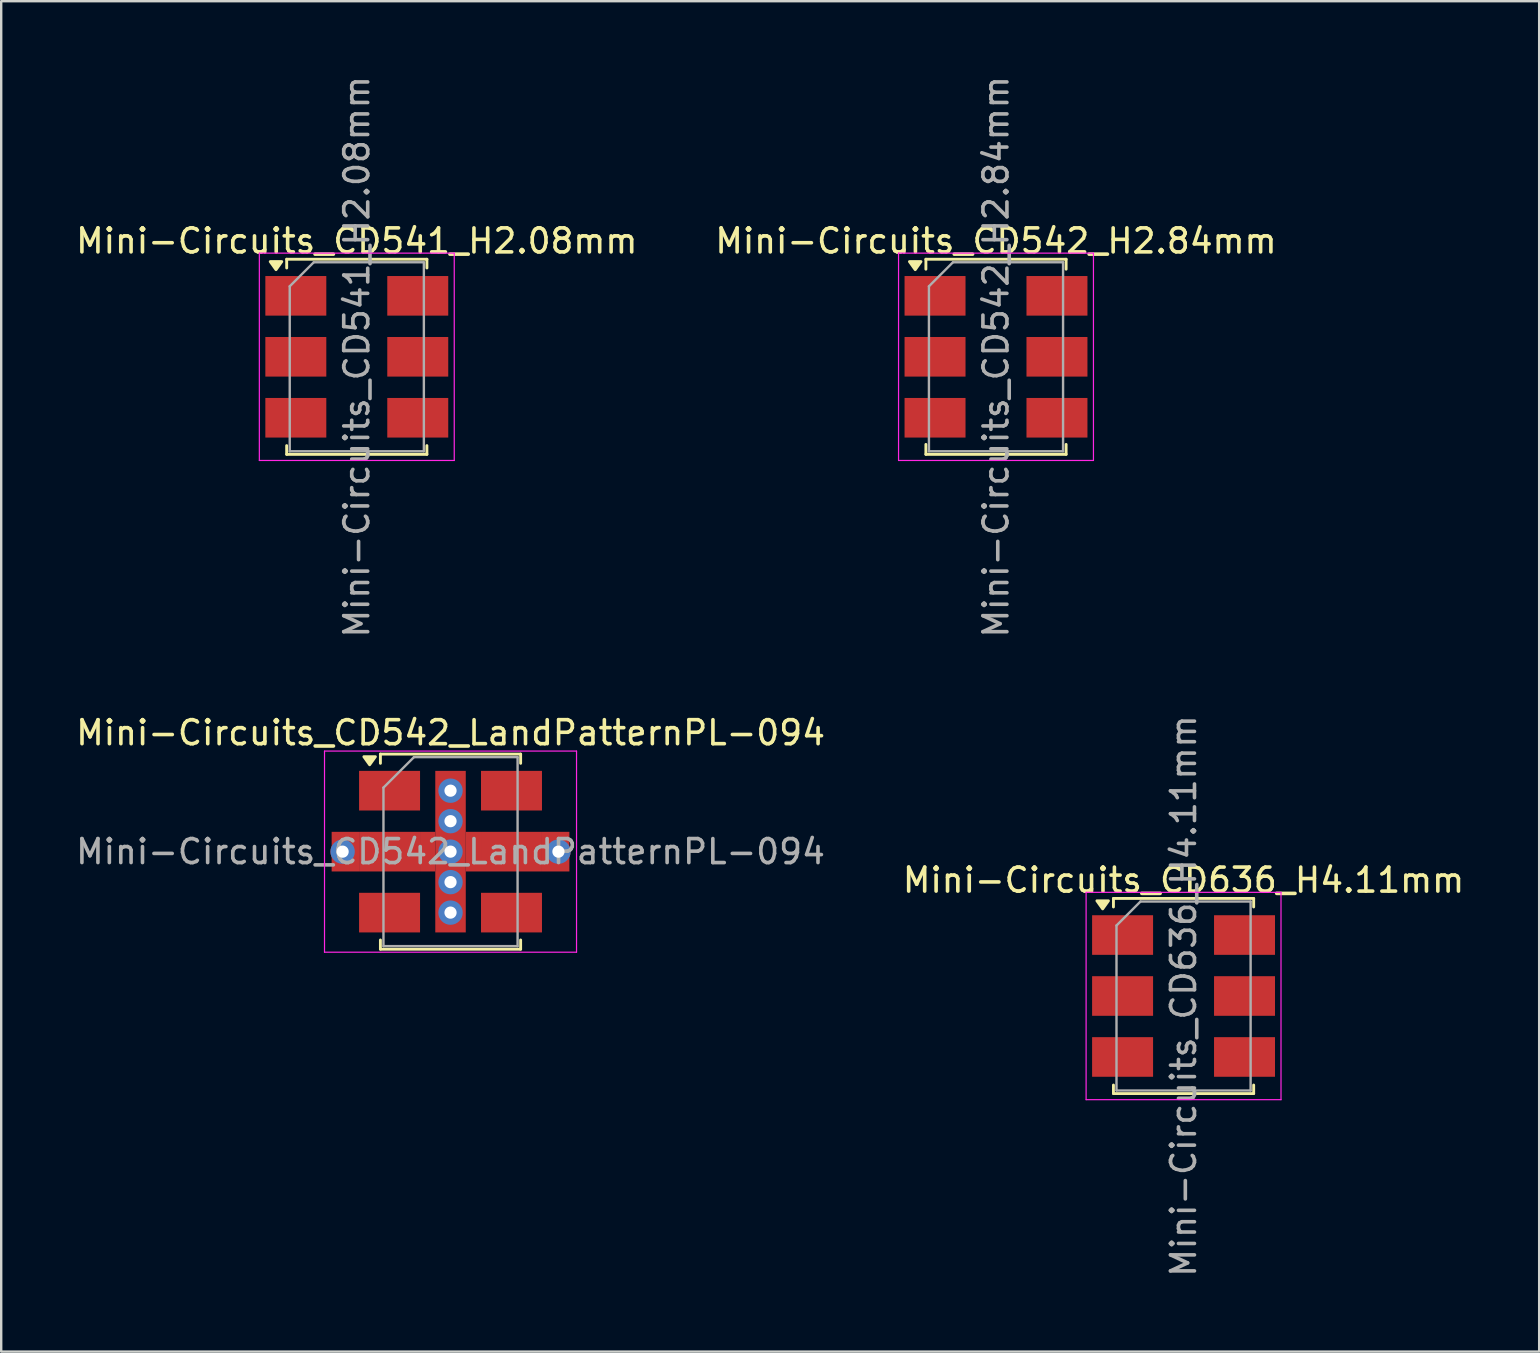
<source format=kicad_pcb>
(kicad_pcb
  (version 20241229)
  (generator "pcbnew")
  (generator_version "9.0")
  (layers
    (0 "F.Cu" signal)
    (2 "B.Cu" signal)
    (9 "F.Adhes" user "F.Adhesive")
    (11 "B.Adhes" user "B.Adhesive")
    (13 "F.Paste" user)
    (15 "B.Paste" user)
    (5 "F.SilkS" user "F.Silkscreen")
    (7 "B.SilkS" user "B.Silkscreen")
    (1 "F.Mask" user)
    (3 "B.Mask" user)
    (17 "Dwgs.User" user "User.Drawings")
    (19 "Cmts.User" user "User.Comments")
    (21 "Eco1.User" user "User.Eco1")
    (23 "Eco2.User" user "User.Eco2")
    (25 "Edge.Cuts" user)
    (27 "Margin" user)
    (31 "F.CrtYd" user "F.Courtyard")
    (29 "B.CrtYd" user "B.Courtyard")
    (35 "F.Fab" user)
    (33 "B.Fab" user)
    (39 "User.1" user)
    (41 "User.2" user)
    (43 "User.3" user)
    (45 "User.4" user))
  (footprint "Mini-Circuits_CD542_H2.84mm"
    (layer "F.Cu")
    (at 38.446 11.815)
    (property "Reference" "Mini-Circuits_CD542_H2.84mm" (at 0 -4.826 0) (layer "F.SilkS") (effects (font (size 1 1) (thickness 0.15))))
    (attr smd)
    (fp_line (start -2.921 -4.064) (end -2.921 -3.65) (stroke (width 0.12) (type solid)) (layer "F.SilkS"))
    (fp_line (start -2.921 3.65) (end -2.921 4.064) (stroke (width 0.12) (type solid)) (layer "F.SilkS"))
    (fp_line (start -2.921 4.064) (end 2.921 4.064) (stroke (width 0.12) (type solid)) (layer "F.SilkS"))
    (fp_line (start 2.921 -4.064) (end -2.921 -4.064) (stroke (width 0.12) (type solid)) (layer "F.SilkS"))
    (fp_line (start 2.921 -4.064) (end 2.921 -3.65) (stroke (width 0.12) (type solid)) (layer "F.SilkS"))
    (fp_line (start 2.921 3.65) (end 2.921 4.064) (stroke (width 0.12) (type solid)) (layer "F.SilkS"))
    (fp_poly (pts (xy -3.365 -3.63) (xy -3.606 -3.966) (xy -3.126 -3.966) (xy -3.365 -3.63)) (stroke (width 0.12) (type solid)) (fill yes) (layer "F.SilkS"))
    (fp_line (start -4.06 4.32) (end -4.06 -4.32) (stroke (width 0.05) (type solid)) (layer "F.CrtYd"))
    (fp_line (start 4.06 -4.32) (end -4.06 -4.32) (stroke (width 0.05) (type solid)) (layer "F.CrtYd"))
    (fp_line (start 4.06 4.32) (end -4.06 4.32) (stroke (width 0.05) (type solid)) (layer "F.CrtYd"))
    (fp_line (start 4.06 4.32) (end 4.06 -4.32) (stroke (width 0.05) (type solid)) (layer "F.CrtYd"))
    (fp_line (start -2.794 3.937) (end -2.794 -2.937) (stroke (width 0.1) (type solid)) (layer "F.Fab"))
    (fp_line (start -1.794 -3.937) (end -2.794 -2.937) (stroke (width 0.1) (type solid)) (layer "F.Fab"))
    (fp_line (start -1.794 -3.937) (end 2.794 -3.937) (stroke (width 0.1) (type solid)) (layer "F.Fab"))
    (fp_line (start 2.794 -3.937) (end 2.794 3.937) (stroke (width 0.1) (type solid)) (layer "F.Fab"))
    (fp_line (start 2.794 3.937) (end -2.794 3.937) (stroke (width 0.1) (type solid)) (layer "F.Fab"))
    (fp_text user "${REFERENCE}" (at 0 0 90) (layer "F.Fab") (effects (font (size 1 1) (thickness 0.15))))
    (pad "1" smd rect (at -2.54 -2.54) (size 2.54 1.65) (layers "F.Cu" "F.Mask" "F.Paste"))
    (pad "2" smd rect (at -2.54 0) (size 2.54 1.65) (layers "F.Cu" "F.Mask" "F.Paste"))
    (pad "3" smd rect (at -2.54 2.54) (size 2.54 1.65) (layers "F.Cu" "F.Mask" "F.Paste"))
    (pad "4" smd rect (at 2.54 2.54) (size 2.54 1.65) (layers "F.Cu" "F.Mask" "F.Paste"))
    (pad "5" smd rect (at 2.54 0) (size 2.54 1.65) (layers "F.Cu" "F.Mask" "F.Paste"))
    (pad "6" smd rect (at 2.54 -2.54) (size 2.54 1.65) (layers "F.Cu" "F.Mask" "F.Paste")))
  (footprint "Mini-Circuits_CD636_H4.11mm"
    (layer "F.Cu")
    (at 46.26 38.446)
    (property "Reference" "Mini-Circuits_CD636_H4.11mm" (at 0 -4.826 0) (layer "F.SilkS") (effects (font (size 1 1) (thickness 0.15))))
    (attr smd)
    (fp_line (start -2.921 -4.064) (end -2.921 -3.71) (stroke (width 0.12) (type solid)) (layer "F.SilkS"))
    (fp_line (start -2.921 4.064) (end -2.921 3.71) (stroke (width 0.12) (type solid)) (layer "F.SilkS"))
    (fp_line (start -2.921 4.064) (end 2.921 4.064) (stroke (width 0.12) (type solid)) (layer "F.SilkS"))
    (fp_line (start 2.921 -4.064) (end -2.921 -4.064) (stroke (width 0.12) (type solid)) (layer "F.SilkS"))
    (fp_line (start 2.921 -3.71) (end 2.921 -4.064) (stroke (width 0.12) (type solid)) (layer "F.SilkS"))
    (fp_line (start 2.921 4.064) (end 2.921 3.71) (stroke (width 0.12) (type solid)) (layer "F.SilkS"))
    (fp_poly (pts (xy -3.37 -3.63) (xy -3.61 -3.966) (xy -3.13 -3.966) (xy -3.37 -3.63)) (stroke (width 0.12) (type solid)) (fill yes) (layer "F.SilkS"))
    (fp_line (start -4.06 4.32) (end -4.06 -4.32) (stroke (width 0.05) (type solid)) (layer "F.CrtYd"))
    (fp_line (start 4.06 -4.32) (end -4.06 -4.32) (stroke (width 0.05) (type solid)) (layer "F.CrtYd"))
    (fp_line (start 4.06 4.32) (end -4.06 4.32) (stroke (width 0.05) (type solid)) (layer "F.CrtYd"))
    (fp_line (start 4.06 4.32) (end 4.06 -4.32) (stroke (width 0.05) (type solid)) (layer "F.CrtYd"))
    (fp_line (start -2.794 3.937) (end -2.794 -2.937) (stroke (width 0.1) (type solid)) (layer "F.Fab"))
    (fp_line (start -1.794 -3.937) (end -2.794 -2.937) (stroke (width 0.1) (type solid)) (layer "F.Fab"))
    (fp_line (start -1.794 -3.937) (end 2.794 -3.937) (stroke (width 0.1) (type solid)) (layer "F.Fab"))
    (fp_line (start 2.794 -3.937) (end 2.794 3.937) (stroke (width 0.1) (type solid)) (layer "F.Fab"))
    (fp_line (start 2.794 3.937) (end -2.794 3.937) (stroke (width 0.1) (type solid)) (layer "F.Fab"))
    (fp_text user "${REFERENCE}" (at 0 0 90) (layer "F.Fab") (effects (font (size 1 1) (thickness 0.15))))
    (pad "1" smd rect (at -2.54 -2.54) (size 2.54 1.65) (layers "F.Cu" "F.Mask" "F.Paste"))
    (pad "2" smd rect (at -2.54 0) (size 2.54 1.65) (layers "F.Cu" "F.Mask" "F.Paste"))
    (pad "3" smd rect (at -2.54 2.54) (size 2.54 1.65) (layers "F.Cu" "F.Mask" "F.Paste"))
    (pad "4" smd rect (at 2.54 2.54) (size 2.54 1.65) (layers "F.Cu" "F.Mask" "F.Paste"))
    (pad "5" smd rect (at 2.54 0) (size 2.54 1.65) (layers "F.Cu" "F.Mask" "F.Paste"))
    (pad "6" smd rect (at 2.54 -2.54) (size 2.54 1.65) (layers "F.Cu" "F.Mask" "F.Paste")))
  (footprint "Mini-Circuits_CD541_H2.08mm"
    (layer "F.Cu")
    (at 11.815 11.815)
    (property "Reference" "Mini-Circuits_CD541_H2.08mm" (at 0 -4.826 0) (layer "F.SilkS") (effects (font (size 1 1) (thickness 0.15))))
    (attr smd)
    (fp_line (start -2.922 3.7) (end -2.921 4.064) (stroke (width 0.12) (type solid)) (layer "F.SilkS"))
    (fp_line (start -2.921 -4.064) (end -2.92 -3.7) (stroke (width 0.12) (type solid)) (layer "F.SilkS"))
    (fp_line (start -2.921 4.064) (end 2.921 4.064) (stroke (width 0.12) (type solid)) (layer "F.SilkS"))
    (fp_line (start 2.92 3.7) (end 2.921 4.064) (stroke (width 0.12) (type solid)) (layer "F.SilkS"))
    (fp_line (start 2.921 -4.064) (end -2.921 -4.064) (stroke (width 0.12) (type solid)) (layer "F.SilkS"))
    (fp_line (start 2.921 -4.064) (end 2.922 -3.7) (stroke (width 0.12) (type solid)) (layer "F.SilkS"))
    (fp_poly (pts (xy -3.365 -3.63) (xy -3.606 -3.966) (xy -3.126 -3.966) (xy -3.365 -3.63)) (stroke (width 0.12) (type solid)) (fill yes) (layer "F.SilkS"))
    (fp_line (start -4.06 4.32) (end -4.06 -4.32) (stroke (width 0.05) (type solid)) (layer "F.CrtYd"))
    (fp_line (start 4.06 -4.32) (end -4.06 -4.32) (stroke (width 0.05) (type solid)) (layer "F.CrtYd"))
    (fp_line (start 4.06 4.32) (end -4.06 4.32) (stroke (width 0.05) (type solid)) (layer "F.CrtYd"))
    (fp_line (start 4.06 4.32) (end 4.06 -4.32) (stroke (width 0.05) (type solid)) (layer "F.CrtYd"))
    (fp_line (start -2.794 3.937) (end -2.794 -2.937) (stroke (width 0.1) (type solid)) (layer "F.Fab"))
    (fp_line (start -1.794 -3.937) (end -2.794 -2.937) (stroke (width 0.1) (type solid)) (layer "F.Fab"))
    (fp_line (start -1.794 -3.937) (end 2.794 -3.937) (stroke (width 0.1) (type solid)) (layer "F.Fab"))
    (fp_line (start 2.794 -3.937) (end 2.794 3.937) (stroke (width 0.1) (type solid)) (layer "F.Fab"))
    (fp_line (start 2.794 3.937) (end -2.794 3.937) (stroke (width 0.1) (type solid)) (layer "F.Fab"))
    (fp_text user "${REFERENCE}" (at 0 0 90) (layer "F.Fab") (effects (font (size 1 1) (thickness 0.15))))
    (pad "1" smd rect (at -2.54 -2.54) (size 2.54 1.65) (layers "F.Cu" "F.Mask" "F.Paste"))
    (pad "2" smd rect (at -2.54 0) (size 2.54 1.65) (layers "F.Cu" "F.Mask" "F.Paste"))
    (pad "3" smd rect (at -2.54 2.54) (size 2.54 1.65) (layers "F.Cu" "F.Mask" "F.Paste"))
    (pad "4" smd rect (at 2.54 2.54) (size 2.54 1.65) (layers "F.Cu" "F.Mask" "F.Paste"))
    (pad "5" smd rect (at 2.54 0) (size 2.54 1.65) (layers "F.Cu" "F.Mask" "F.Paste"))
    (pad "6" smd rect (at 2.54 -2.54) (size 2.54 1.65) (layers "F.Cu" "F.Mask" "F.Paste")))
  (footprint "Mini-Circuits_CD542_LandPatternPL-094"
    (layer "F.Cu")
    (at 15.72 32.432)
    (property "Reference" "Mini-Circuits_CD542_LandPatternPL-094" (at 0.004 -4.953 0) (layer "F.SilkS") (effects (font (size 1 1) (thickness 0.15))))
    (attr smd)
    (fp_line (start -2.921 -4.064) (end -2.921 -3.68) (stroke (width 0.12) (type solid)) (layer "F.SilkS"))
    (fp_line (start -2.921 3.68) (end -2.921 4.064) (stroke (width 0.12) (type solid)) (layer "F.SilkS"))
    (fp_line (start -2.921 4.064) (end 2.921 4.064) (stroke (width 0.12) (type solid)) (layer "F.SilkS"))
    (fp_line (start 2.921 -4.064) (end -2.921 -4.064) (stroke (width 0.12) (type solid)) (layer "F.SilkS"))
    (fp_line (start 2.921 -4.064) (end 2.921 -3.68) (stroke (width 0.12) (type solid)) (layer "F.SilkS"))
    (fp_line (start 2.921 3.68) (end 2.921 4.064) (stroke (width 0.12) (type solid)) (layer "F.SilkS"))
    (fp_poly (pts (xy -3.37 -3.62) (xy -3.61 -3.956) (xy -3.13 -3.956) (xy -3.37 -3.62)) (stroke (width 0.12) (type solid)) (fill yes) (layer "F.SilkS"))
    (fp_line (start -5.25 -4.19) (end -5.25 4.19) (stroke (width 0.05) (type solid)) (layer "F.CrtYd"))
    (fp_line (start -5.25 -4.19) (end 5.25 -4.19) (stroke (width 0.05) (type solid)) (layer "F.CrtYd"))
    (fp_line (start 5.25 4.19) (end -5.25 4.19) (stroke (width 0.05) (type solid)) (layer "F.CrtYd"))
    (fp_line (start 5.25 4.19) (end 5.25 -4.19) (stroke (width 0.05) (type solid)) (layer "F.CrtYd"))
    (fp_line (start -2.794 -2.667) (end -2.794 3.937) (stroke (width 0.1) (type solid)) (layer "F.Fab"))
    (fp_line (start -2.794 -2.667) (end -1.524 -3.937) (stroke (width 0.1) (type solid)) (layer "F.Fab"))
    (fp_line (start -2.794 3.937) (end 2.794 3.937) (stroke (width 0.1) (type solid)) (layer "F.Fab"))
    (fp_line (start 2.794 -3.937) (end -1.524 -3.937) (stroke (width 0.1) (type solid)) (layer "F.Fab"))
    (fp_line (start 2.794 -3.937) (end 2.794 3.937) (stroke (width 0.1) (type solid)) (layer "F.Fab"))
    (fp_text user "${REFERENCE}" (at 0 0 0) (layer "F.Fab") (effects (font (size 1 1) (thickness 0.15))))
    (pad "1" smd rect (at -2.54 -2.54 270) (size 1.651 2.54) (layers "F.Cu" "F.Mask" "F.Paste"))
    (pad "2" thru_hole circle (at -4.496 0 270) (size 1.016 1.016) (drill 0.508) (layers "*.Cu"))
    (pad "2" smd rect (at -4.381 0 270) (size 1.651 1.143) (layers "F.Cu"))
    (pad "2" smd rect (at -2.54 0 270) (size 1.651 2.54) (layers "F.Cu" "F.Mask" "F.Paste"))
    (pad "2" smd rect (at -0.953 0 270) (size 1.651 0.635) (layers "F.Cu"))
    (pad "2" thru_hole circle (at 0 -2.54 270) (size 1.016 1.016) (drill 0.508) (layers "*.Cu"))
    (pad "2" thru_hole circle (at 0 -1.27 270) (size 1.016 1.016) (drill 0.508) (layers "*.Cu"))
    (pad "2" thru_hole circle (at 0 0 270) (size 1.016 1.016) (drill 0.508) (layers "*.Cu"))
    (pad "2" smd rect (at 0 0 270) (size 6.731 1.27) (layers "F.Cu"))
    (pad "2" thru_hole circle (at 0 1.27 270) (size 1.016 1.016) (drill 0.508) (layers "*.Cu"))
    (pad "2" thru_hole circle (at 0 2.54 270) (size 1.016 1.016) (drill 0.508) (layers "*.Cu"))
    (pad "3" smd rect (at -2.54 2.54 270) (size 1.651 2.54) (layers "F.Cu" "F.Mask" "F.Paste"))
    (pad "4" smd rect (at 2.54 2.54 270) (size 1.651 2.54) (layers "F.Cu" "F.Mask" "F.Paste"))
    (pad "5" smd rect (at 0.953 0 270) (size 1.651 0.635) (layers "F.Cu"))
    (pad "5" smd rect (at 2.54 0 270) (size 1.651 2.54) (layers "F.Cu" "F.Mask" "F.Paste"))
    (pad "5" smd rect (at 4.381 0 270) (size 1.651 1.143) (layers "F.Cu"))
    (pad "5" thru_hole circle (at 4.496 0 270) (size 1.016 1.016) (drill 0.508) (layers "*.Cu"))
    (pad "6" smd rect (at 2.54 -2.54 270) (size 1.651 2.54) (layers "F.Cu" "F.Mask" "F.Paste")))
  (gr_rect
    (start -3 -3)
    (end 61.076 53.262)
    (stroke (width 0.1) (type default))
    (fill no)
    (layer "Edge.Cuts")))
</source>
